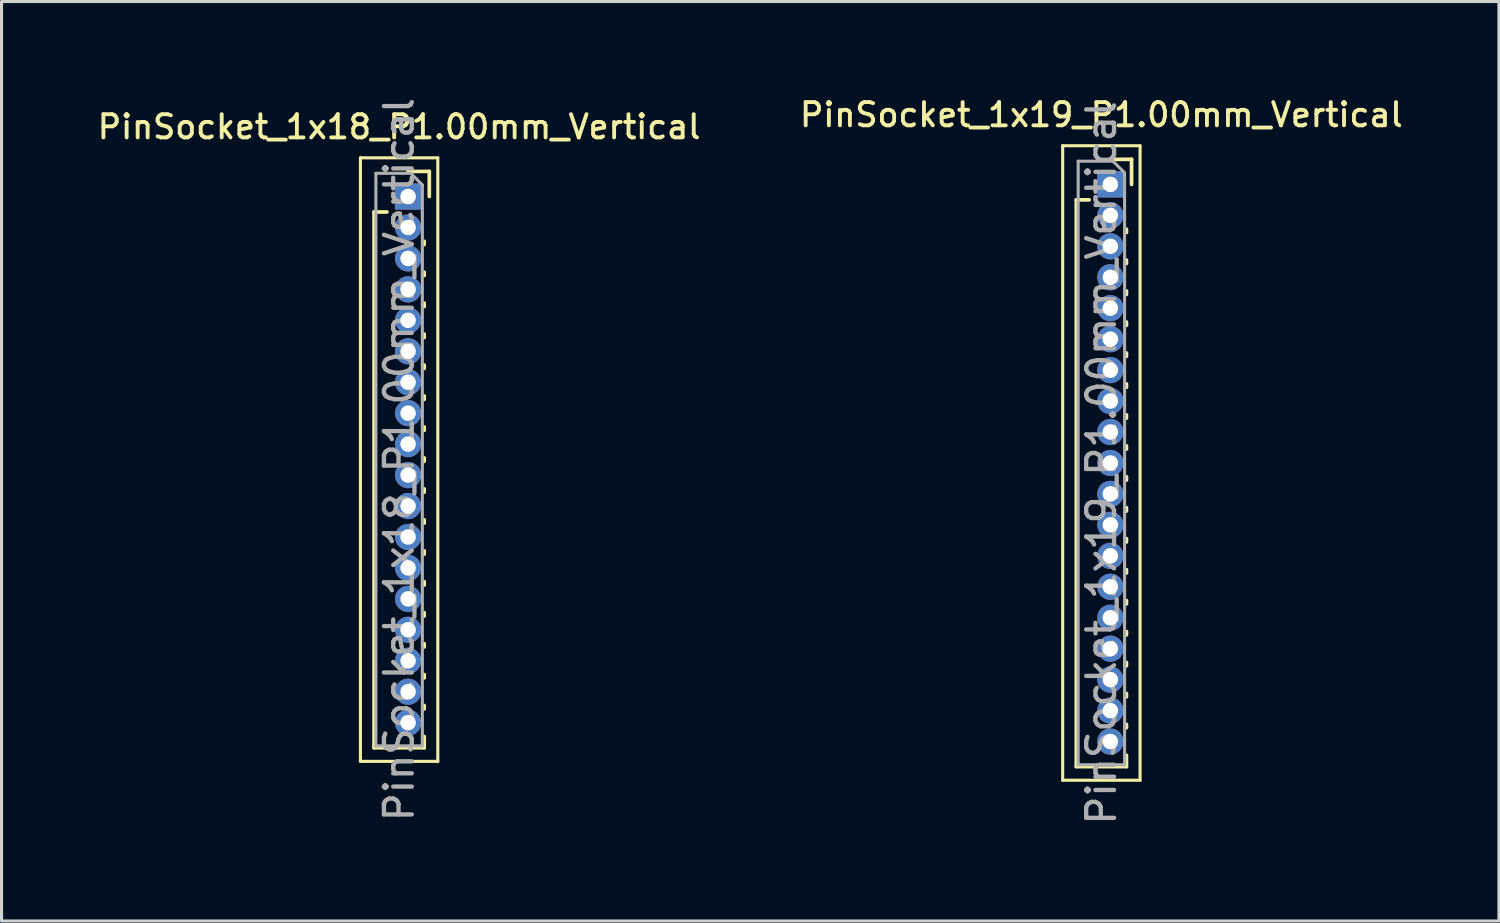
<source format=kicad_pcb>
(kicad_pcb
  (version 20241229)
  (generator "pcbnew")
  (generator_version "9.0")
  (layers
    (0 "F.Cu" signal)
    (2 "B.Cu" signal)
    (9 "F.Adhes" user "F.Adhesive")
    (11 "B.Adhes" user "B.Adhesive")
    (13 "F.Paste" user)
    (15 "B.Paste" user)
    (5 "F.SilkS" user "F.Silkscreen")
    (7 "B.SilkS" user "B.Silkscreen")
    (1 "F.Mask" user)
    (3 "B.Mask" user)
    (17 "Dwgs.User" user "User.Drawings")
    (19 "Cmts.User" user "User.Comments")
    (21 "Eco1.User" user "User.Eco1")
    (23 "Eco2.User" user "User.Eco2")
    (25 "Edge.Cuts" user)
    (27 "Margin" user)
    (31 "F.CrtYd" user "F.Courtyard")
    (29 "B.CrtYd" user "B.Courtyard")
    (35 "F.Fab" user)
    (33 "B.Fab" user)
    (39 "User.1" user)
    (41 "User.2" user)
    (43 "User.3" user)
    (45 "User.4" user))
  (footprint "PinSocket_1x18_P1.00mm_Vertical"
    (layer "F.Cu")
    (at 10.135 3.299)
    (property "Reference" "PinSocket_1x18_P1.00mm_Vertical" (at -0.29 -2.25 0) (layer "F.SilkS") (effects (font (size 0.75 0.75) (thickness 0.125))))
    (attr through_hole)
    (fp_line (start -1.54 -1.25) (end 0.96 -1.25) (stroke (width 0.1) (type solid)) (layer "F.SilkS"))
    (fp_line (start -1.54 18.25) (end -1.54 -1.25) (stroke (width 0.1) (type solid)) (layer "F.SilkS"))
    (fp_line (start -1.1 0.5) (end -1.1 17.81) (stroke (width 0.12) (type solid)) (layer "F.SilkS"))
    (fp_line (start -1.1 0.5) (end -0.685 0.5) (stroke (width 0.12) (type solid)) (layer "F.SilkS"))
    (fp_line (start -1.1 17.81) (end 0.52 17.81) (stroke (width 0.12) (type solid)) (layer "F.SilkS"))
    (fp_line (start 0 -0.81) (end 0.685 -0.81) (stroke (width 0.12) (type solid)) (layer "F.SilkS"))
    (fp_line (start 0.52 1.446) (end 0.52 1.554) (stroke (width 0.12) (type solid)) (layer "F.SilkS"))
    (fp_line (start 0.52 2.446) (end 0.52 2.554) (stroke (width 0.12) (type solid)) (layer "F.SilkS"))
    (fp_line (start 0.52 3.446) (end 0.52 3.554) (stroke (width 0.12) (type solid)) (layer "F.SilkS"))
    (fp_line (start 0.52 4.446) (end 0.52 4.554) (stroke (width 0.12) (type solid)) (layer "F.SilkS"))
    (fp_line (start 0.52 5.446) (end 0.52 5.554) (stroke (width 0.12) (type solid)) (layer "F.SilkS"))
    (fp_line (start 0.52 6.446) (end 0.52 6.554) (stroke (width 0.12) (type solid)) (layer "F.SilkS"))
    (fp_line (start 0.52 7.446) (end 0.52 7.554) (stroke (width 0.12) (type solid)) (layer "F.SilkS"))
    (fp_line (start 0.52 8.446) (end 0.52 8.554) (stroke (width 0.12) (type solid)) (layer "F.SilkS"))
    (fp_line (start 0.52 9.446) (end 0.52 9.554) (stroke (width 0.12) (type solid)) (layer "F.SilkS"))
    (fp_line (start 0.52 10.446) (end 0.52 10.554) (stroke (width 0.12) (type solid)) (layer "F.SilkS"))
    (fp_line (start 0.52 11.446) (end 0.52 11.554) (stroke (width 0.12) (type solid)) (layer "F.SilkS"))
    (fp_line (start 0.52 12.446) (end 0.52 12.554) (stroke (width 0.12) (type solid)) (layer "F.SilkS"))
    (fp_line (start 0.52 13.446) (end 0.52 13.554) (stroke (width 0.12) (type solid)) (layer "F.SilkS"))
    (fp_line (start 0.52 14.446) (end 0.52 14.554) (stroke (width 0.12) (type solid)) (layer "F.SilkS"))
    (fp_line (start 0.52 15.446) (end 0.52 15.554) (stroke (width 0.12) (type solid)) (layer "F.SilkS"))
    (fp_line (start 0.52 16.446) (end 0.52 16.554) (stroke (width 0.12) (type solid)) (layer "F.SilkS"))
    (fp_line (start 0.52 17.446) (end 0.52 17.81) (stroke (width 0.12) (type solid)) (layer "F.SilkS"))
    (fp_line (start 0.685 -0.81) (end 0.685 0) (stroke (width 0.12) (type solid)) (layer "F.SilkS"))
    (fp_line (start 0.96 -1.25) (end 0.96 18.25) (stroke (width 0.1) (type solid)) (layer "F.SilkS"))
    (fp_line (start 0.96 18.25) (end -1.54 18.25) (stroke (width 0.1) (type solid)) (layer "F.SilkS"))
    (fp_line (start -1.04 -0.75) (end 0.085 -0.75) (stroke (width 0.1) (type solid)) (layer "F.Fab"))
    (fp_line (start -1.04 17.75) (end -1.04 -0.75) (stroke (width 0.1) (type solid)) (layer "F.Fab"))
    (fp_line (start 0.085 -0.75) (end 0.46 -0.375) (stroke (width 0.1) (type solid)) (layer "F.Fab"))
    (fp_line (start 0.46 -0.375) (end 0.46 17.75) (stroke (width 0.1) (type solid)) (layer "F.Fab"))
    (fp_line (start 0.46 17.75) (end -1.04 17.75) (stroke (width 0.1) (type solid)) (layer "F.Fab"))
    (fp_text user "${REFERENCE}" (at -0.29 8.5 90) (layer "F.Fab") (effects (font (size 0.9 0.9) (thickness 0.14))))
    (pad "1" thru_hole rect (at 0 0) (size 0.85 0.85) (drill 0.5) (layers "*.Cu" "*.Mask"))
    (pad "2" thru_hole oval (at 0 1) (size 0.85 0.85) (drill 0.5) (layers "*.Cu" "*.Mask"))
    (pad "3" thru_hole oval (at 0 2) (size 0.85 0.85) (drill 0.5) (layers "*.Cu" "*.Mask"))
    (pad "4" thru_hole oval (at 0 3) (size 0.85 0.85) (drill 0.5) (layers "*.Cu" "*.Mask"))
    (pad "5" thru_hole oval (at 0 4) (size 0.85 0.85) (drill 0.5) (layers "*.Cu" "*.Mask"))
    (pad "6" thru_hole oval (at 0 5) (size 0.85 0.85) (drill 0.5) (layers "*.Cu" "*.Mask"))
    (pad "7" thru_hole oval (at 0 6) (size 0.85 0.85) (drill 0.5) (layers "*.Cu" "*.Mask"))
    (pad "8" thru_hole oval (at 0 7) (size 0.85 0.85) (drill 0.5) (layers "*.Cu" "*.Mask"))
    (pad "9" thru_hole oval (at 0 8) (size 0.85 0.85) (drill 0.5) (layers "*.Cu" "*.Mask"))
    (pad "10" thru_hole oval (at 0 9) (size 0.85 0.85) (drill 0.5) (layers "*.Cu" "*.Mask"))
    (pad "11" thru_hole oval (at 0 10) (size 0.85 0.85) (drill 0.5) (layers "*.Cu" "*.Mask"))
    (pad "12" thru_hole oval (at 0 11) (size 0.85 0.85) (drill 0.5) (layers "*.Cu" "*.Mask"))
    (pad "13" thru_hole oval (at 0 12) (size 0.85 0.85) (drill 0.5) (layers "*.Cu" "*.Mask"))
    (pad "14" thru_hole oval (at 0 13) (size 0.85 0.85) (drill 0.5) (layers "*.Cu" "*.Mask"))
    (pad "15" thru_hole oval (at 0 14) (size 0.85 0.85) (drill 0.5) (layers "*.Cu" "*.Mask"))
    (pad "16" thru_hole oval (at 0 15) (size 0.85 0.85) (drill 0.5) (layers "*.Cu" "*.Mask"))
    (pad "17" thru_hole oval (at 0 16) (size 0.85 0.85) (drill 0.5) (layers "*.Cu" "*.Mask"))
    (pad "18" thru_hole oval (at 0 17) (size 0.85 0.85) (drill 0.5) (layers "*.Cu" "*.Mask")))
  (footprint "PinSocket_1x19_P1.00mm_Vertical"
    (layer "F.Cu")
    (at 32.824 2.908)
    (property "Reference" "PinSocket_1x19_P1.00mm_Vertical" (at -0.29 -2.25 0) (layer "F.SilkS") (effects (font (size 0.75 0.75) (thickness 0.125))))
    (attr through_hole)
    (fp_line (start -1.54 -1.25) (end 0.96 -1.25) (stroke (width 0.1) (type solid)) (layer "F.SilkS"))
    (fp_line (start -1.54 19.25) (end -1.54 -1.25) (stroke (width 0.1) (type solid)) (layer "F.SilkS"))
    (fp_line (start -1.1 0.5) (end -1.1 18.81) (stroke (width 0.12) (type solid)) (layer "F.SilkS"))
    (fp_line (start -1.1 0.5) (end -0.685 0.5) (stroke (width 0.12) (type solid)) (layer "F.SilkS"))
    (fp_line (start -1.1 18.81) (end 0.52 18.81) (stroke (width 0.12) (type solid)) (layer "F.SilkS"))
    (fp_line (start 0 -0.81) (end 0.685 -0.81) (stroke (width 0.12) (type solid)) (layer "F.SilkS"))
    (fp_line (start 0.52 1.446) (end 0.52 1.554) (stroke (width 0.12) (type solid)) (layer "F.SilkS"))
    (fp_line (start 0.52 2.446) (end 0.52 2.554) (stroke (width 0.12) (type solid)) (layer "F.SilkS"))
    (fp_line (start 0.52 3.446) (end 0.52 3.554) (stroke (width 0.12) (type solid)) (layer "F.SilkS"))
    (fp_line (start 0.52 4.446) (end 0.52 4.554) (stroke (width 0.12) (type solid)) (layer "F.SilkS"))
    (fp_line (start 0.52 5.446) (end 0.52 5.554) (stroke (width 0.12) (type solid)) (layer "F.SilkS"))
    (fp_line (start 0.52 6.446) (end 0.52 6.554) (stroke (width 0.12) (type solid)) (layer "F.SilkS"))
    (fp_line (start 0.52 7.446) (end 0.52 7.554) (stroke (width 0.12) (type solid)) (layer "F.SilkS"))
    (fp_line (start 0.52 8.446) (end 0.52 8.554) (stroke (width 0.12) (type solid)) (layer "F.SilkS"))
    (fp_line (start 0.52 9.446) (end 0.52 9.554) (stroke (width 0.12) (type solid)) (layer "F.SilkS"))
    (fp_line (start 0.52 10.446) (end 0.52 10.554) (stroke (width 0.12) (type solid)) (layer "F.SilkS"))
    (fp_line (start 0.52 11.446) (end 0.52 11.554) (stroke (width 0.12) (type solid)) (layer "F.SilkS"))
    (fp_line (start 0.52 12.446) (end 0.52 12.554) (stroke (width 0.12) (type solid)) (layer "F.SilkS"))
    (fp_line (start 0.52 13.446) (end 0.52 13.554) (stroke (width 0.12) (type solid)) (layer "F.SilkS"))
    (fp_line (start 0.52 14.446) (end 0.52 14.554) (stroke (width 0.12) (type solid)) (layer "F.SilkS"))
    (fp_line (start 0.52 15.446) (end 0.52 15.554) (stroke (width 0.12) (type solid)) (layer "F.SilkS"))
    (fp_line (start 0.52 16.446) (end 0.52 16.554) (stroke (width 0.12) (type solid)) (layer "F.SilkS"))
    (fp_line (start 0.52 17.446) (end 0.52 17.554) (stroke (width 0.12) (type solid)) (layer "F.SilkS"))
    (fp_line (start 0.52 18.446) (end 0.52 18.81) (stroke (width 0.12) (type solid)) (layer "F.SilkS"))
    (fp_line (start 0.685 -0.81) (end 0.685 0) (stroke (width 0.12) (type solid)) (layer "F.SilkS"))
    (fp_line (start 0.96 -1.25) (end 0.96 19.25) (stroke (width 0.1) (type solid)) (layer "F.SilkS"))
    (fp_line (start 0.96 19.25) (end -1.54 19.25) (stroke (width 0.1) (type solid)) (layer "F.SilkS"))
    (fp_line (start -1.04 -0.75) (end 0.085 -0.75) (stroke (width 0.1) (type solid)) (layer "F.Fab"))
    (fp_line (start -1.04 18.75) (end -1.04 -0.75) (stroke (width 0.1) (type solid)) (layer "F.Fab"))
    (fp_line (start 0.085 -0.75) (end 0.46 -0.375) (stroke (width 0.1) (type solid)) (layer "F.Fab"))
    (fp_line (start 0.46 -0.375) (end 0.46 18.75) (stroke (width 0.1) (type solid)) (layer "F.Fab"))
    (fp_line (start 0.46 18.75) (end -1.04 18.75) (stroke (width 0.1) (type solid)) (layer "F.Fab"))
    (fp_text user "${REFERENCE}" (at -0.29 9 90) (layer "F.Fab") (effects (font (size 0.9 0.9) (thickness 0.14))))
    (pad "1" thru_hole rect (at 0 0) (size 0.85 0.85) (drill 0.5) (layers "*.Cu" "*.Mask"))
    (pad "2" thru_hole oval (at 0 1) (size 0.85 0.85) (drill 0.5) (layers "*.Cu" "*.Mask"))
    (pad "3" thru_hole oval (at 0 2) (size 0.85 0.85) (drill 0.5) (layers "*.Cu" "*.Mask"))
    (pad "4" thru_hole oval (at 0 3) (size 0.85 0.85) (drill 0.5) (layers "*.Cu" "*.Mask"))
    (pad "5" thru_hole oval (at 0 4) (size 0.85 0.85) (drill 0.5) (layers "*.Cu" "*.Mask"))
    (pad "6" thru_hole oval (at 0 5) (size 0.85 0.85) (drill 0.5) (layers "*.Cu" "*.Mask"))
    (pad "7" thru_hole oval (at 0 6) (size 0.85 0.85) (drill 0.5) (layers "*.Cu" "*.Mask"))
    (pad "8" thru_hole oval (at 0 7) (size 0.85 0.85) (drill 0.5) (layers "*.Cu" "*.Mask"))
    (pad "9" thru_hole oval (at 0 8) (size 0.85 0.85) (drill 0.5) (layers "*.Cu" "*.Mask"))
    (pad "10" thru_hole oval (at 0 9) (size 0.85 0.85) (drill 0.5) (layers "*.Cu" "*.Mask"))
    (pad "11" thru_hole oval (at 0 10) (size 0.85 0.85) (drill 0.5) (layers "*.Cu" "*.Mask"))
    (pad "12" thru_hole oval (at 0 11) (size 0.85 0.85) (drill 0.5) (layers "*.Cu" "*.Mask"))
    (pad "13" thru_hole oval (at 0 12) (size 0.85 0.85) (drill 0.5) (layers "*.Cu" "*.Mask"))
    (pad "14" thru_hole oval (at 0 13) (size 0.85 0.85) (drill 0.5) (layers "*.Cu" "*.Mask"))
    (pad "15" thru_hole oval (at 0 14) (size 0.85 0.85) (drill 0.5) (layers "*.Cu" "*.Mask"))
    (pad "16" thru_hole oval (at 0 15) (size 0.85 0.85) (drill 0.5) (layers "*.Cu" "*.Mask"))
    (pad "17" thru_hole oval (at 0 16) (size 0.85 0.85) (drill 0.5) (layers "*.Cu" "*.Mask"))
    (pad "18" thru_hole oval (at 0 17) (size 0.85 0.85) (drill 0.5) (layers "*.Cu" "*.Mask"))
    (pad "19" thru_hole oval (at 0 18) (size 0.85 0.85) (drill 0.5) (layers "*.Cu" "*.Mask")))
  (gr_rect
    (start -3 -3)
    (end 45.379 26.707)
    (stroke (width 0.1) (type default))
    (fill no)
    (layer "Edge.Cuts")))
</source>
